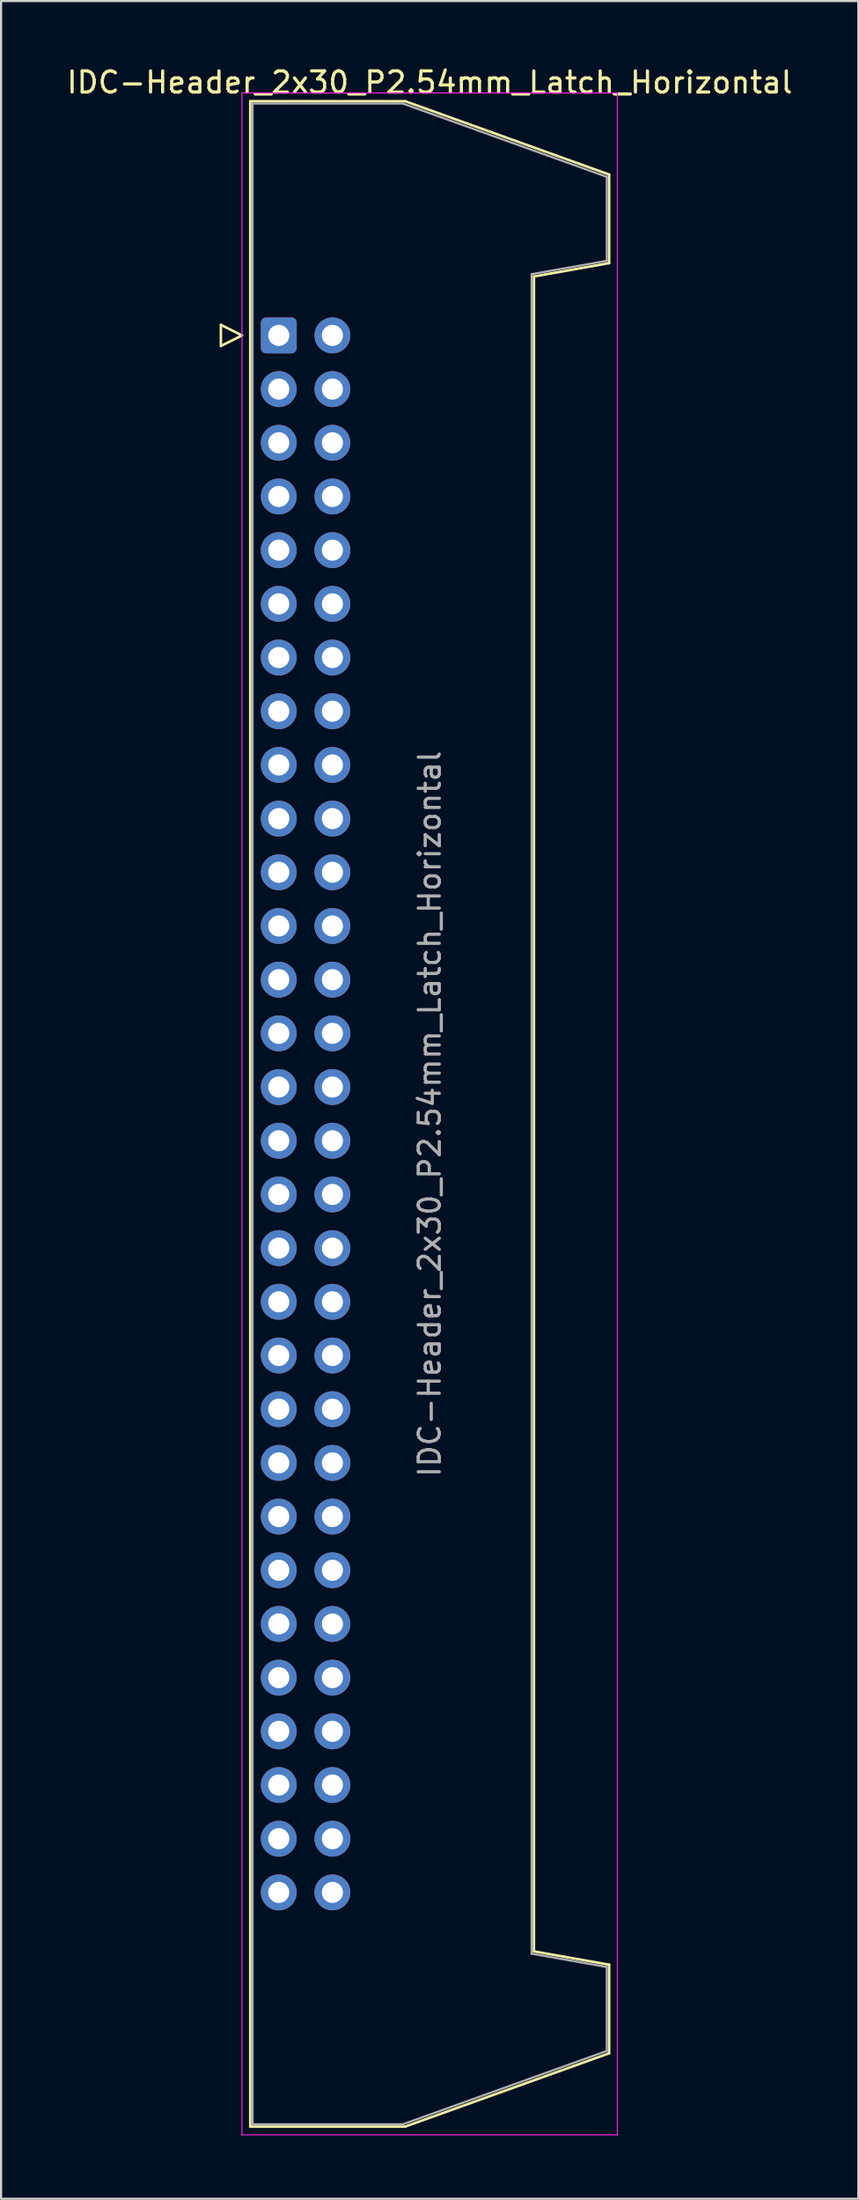
<source format=kicad_pcb>
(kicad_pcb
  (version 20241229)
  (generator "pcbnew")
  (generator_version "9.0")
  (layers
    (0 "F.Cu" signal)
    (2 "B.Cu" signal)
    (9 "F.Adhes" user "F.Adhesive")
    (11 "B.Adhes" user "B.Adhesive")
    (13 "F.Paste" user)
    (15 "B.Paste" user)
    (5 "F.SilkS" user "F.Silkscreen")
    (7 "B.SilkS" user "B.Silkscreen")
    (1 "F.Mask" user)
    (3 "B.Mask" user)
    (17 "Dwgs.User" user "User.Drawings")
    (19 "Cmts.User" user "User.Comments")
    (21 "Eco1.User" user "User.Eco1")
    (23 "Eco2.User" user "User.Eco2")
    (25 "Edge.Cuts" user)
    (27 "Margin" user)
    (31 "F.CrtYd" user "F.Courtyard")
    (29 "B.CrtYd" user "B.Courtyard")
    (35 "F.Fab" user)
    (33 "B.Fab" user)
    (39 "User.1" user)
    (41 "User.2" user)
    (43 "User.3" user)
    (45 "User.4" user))
  (footprint "IDC-Header_2x30_P2.54mm_Latch_Horizontal"
    (layer "F.Cu")
    (at 10.147 12.818)
    (property "Reference" "IDC-Header_2x30_P2.54mm_Latch_Horizontal" (at 7.145 -11.97 0) (layer "F.SilkS") (effects (font (size 1 1) (thickness 0.15))))
    (attr through_hole)
    (fp_line (start -2.74 -0.5) (end -2.74 0.5) (stroke (width 0.12) (type solid)) (layer "F.SilkS"))
    (fp_line (start -2.74 0.5) (end -1.74 0) (stroke (width 0.12) (type solid)) (layer "F.SilkS"))
    (fp_line (start -1.74 0) (end -2.74 -0.5) (stroke (width 0.12) (type solid)) (layer "F.SilkS"))
    (fp_line (start -1.35 -11.08) (end 5.98 -11.08) (stroke (width 0.12) (type solid)) (layer "F.SilkS"))
    (fp_line (start -1.35 84.74) (end -1.35 -11.08) (stroke (width 0.12) (type solid)) (layer "F.SilkS"))
    (fp_line (start 5.98 -11.08) (end 15.64 -7.61) (stroke (width 0.12) (type solid)) (layer "F.SilkS"))
    (fp_line (start 5.98 84.74) (end -1.35 84.74) (stroke (width 0.12) (type solid)) (layer "F.SilkS"))
    (fp_line (start 12.08 -2.79) (end 12.08 76.45) (stroke (width 0.12) (type solid)) (layer "F.SilkS"))
    (fp_line (start 12.08 76.45) (end 15.64 77.08) (stroke (width 0.12) (type solid)) (layer "F.SilkS"))
    (fp_line (start 15.64 -7.61) (end 15.64 -3.42) (stroke (width 0.12) (type solid)) (layer "F.SilkS"))
    (fp_line (start 15.64 -3.42) (end 12.08 -2.79) (stroke (width 0.12) (type solid)) (layer "F.SilkS"))
    (fp_line (start 15.64 77.08) (end 15.64 81.27) (stroke (width 0.12) (type solid)) (layer "F.SilkS"))
    (fp_line (start 15.64 81.27) (end 5.98 84.74) (stroke (width 0.12) (type solid)) (layer "F.SilkS"))
    (fp_line (start -1.74 -11.47) (end -1.74 85.13) (stroke (width 0.05) (type solid)) (layer "F.CrtYd"))
    (fp_line (start -1.74 85.13) (end 16.03 85.13) (stroke (width 0.05) (type solid)) (layer "F.CrtYd"))
    (fp_line (start 16.03 -11.47) (end -1.74 -11.47) (stroke (width 0.05) (type solid)) (layer "F.CrtYd"))
    (fp_line (start 16.03 85.13) (end 16.03 -11.47) (stroke (width 0.05) (type solid)) (layer "F.CrtYd"))
    (fp_line (start -1.24 -10.97) (end 5.87 -10.97) (stroke (width 0.1) (type solid)) (layer "F.Fab"))
    (fp_line (start -1.24 84.63) (end -1.24 -10.97) (stroke (width 0.1) (type solid)) (layer "F.Fab"))
    (fp_line (start 5.87 -10.97) (end 15.53 -7.5) (stroke (width 0.1) (type solid)) (layer "F.Fab"))
    (fp_line (start 5.87 84.63) (end -1.24 84.63) (stroke (width 0.1) (type solid)) (layer "F.Fab"))
    (fp_line (start 11.97 -2.9) (end 11.97 76.56) (stroke (width 0.1) (type solid)) (layer "F.Fab"))
    (fp_line (start 11.97 76.56) (end 15.53 77.19) (stroke (width 0.1) (type solid)) (layer "F.Fab"))
    (fp_line (start 15.53 -7.5) (end 15.53 -3.53) (stroke (width 0.1) (type solid)) (layer "F.Fab"))
    (fp_line (start 15.53 -3.53) (end 11.97 -2.9) (stroke (width 0.1) (type solid)) (layer "F.Fab"))
    (fp_line (start 15.53 77.19) (end 15.53 81.16) (stroke (width 0.1) (type solid)) (layer "F.Fab"))
    (fp_line (start 15.53 81.16) (end 5.87 84.63) (stroke (width 0.1) (type solid)) (layer "F.Fab"))
    (fp_text user "${REFERENCE}" (at 7.145 36.83 90) (layer "F.Fab") (effects (font (size 1 1) (thickness 0.15))))
    (pad "1" thru_hole roundrect (at 0 0) (size 1.7 1.7) (drill 1) (layers "*.Cu" "*.Mask") (roundrect_rratio 0.147))
    (pad "2" thru_hole circle (at 2.54 0) (size 1.7 1.7) (drill 1) (layers "*.Cu" "*.Mask"))
    (pad "3" thru_hole circle (at 0 2.54) (size 1.7 1.7) (drill 1) (layers "*.Cu" "*.Mask"))
    (pad "4" thru_hole circle (at 2.54 2.54) (size 1.7 1.7) (drill 1) (layers "*.Cu" "*.Mask"))
    (pad "5" thru_hole circle (at 0 5.08) (size 1.7 1.7) (drill 1) (layers "*.Cu" "*.Mask"))
    (pad "6" thru_hole circle (at 2.54 5.08) (size 1.7 1.7) (drill 1) (layers "*.Cu" "*.Mask"))
    (pad "7" thru_hole circle (at 0 7.62) (size 1.7 1.7) (drill 1) (layers "*.Cu" "*.Mask"))
    (pad "8" thru_hole circle (at 2.54 7.62) (size 1.7 1.7) (drill 1) (layers "*.Cu" "*.Mask"))
    (pad "9" thru_hole circle (at 0 10.16) (size 1.7 1.7) (drill 1) (layers "*.Cu" "*.Mask"))
    (pad "10" thru_hole circle (at 2.54 10.16) (size 1.7 1.7) (drill 1) (layers "*.Cu" "*.Mask"))
    (pad "11" thru_hole circle (at 0 12.7) (size 1.7 1.7) (drill 1) (layers "*.Cu" "*.Mask"))
    (pad "12" thru_hole circle (at 2.54 12.7) (size 1.7 1.7) (drill 1) (layers "*.Cu" "*.Mask"))
    (pad "13" thru_hole circle (at 0 15.24) (size 1.7 1.7) (drill 1) (layers "*.Cu" "*.Mask"))
    (pad "14" thru_hole circle (at 2.54 15.24) (size 1.7 1.7) (drill 1) (layers "*.Cu" "*.Mask"))
    (pad "15" thru_hole circle (at 0 17.78) (size 1.7 1.7) (drill 1) (layers "*.Cu" "*.Mask"))
    (pad "16" thru_hole circle (at 2.54 17.78) (size 1.7 1.7) (drill 1) (layers "*.Cu" "*.Mask"))
    (pad "17" thru_hole circle (at 0 20.32) (size 1.7 1.7) (drill 1) (layers "*.Cu" "*.Mask"))
    (pad "18" thru_hole circle (at 2.54 20.32) (size 1.7 1.7) (drill 1) (layers "*.Cu" "*.Mask"))
    (pad "19" thru_hole circle (at 0 22.86) (size 1.7 1.7) (drill 1) (layers "*.Cu" "*.Mask"))
    (pad "20" thru_hole circle (at 2.54 22.86) (size 1.7 1.7) (drill 1) (layers "*.Cu" "*.Mask"))
    (pad "21" thru_hole circle (at 0 25.4) (size 1.7 1.7) (drill 1) (layers "*.Cu" "*.Mask"))
    (pad "22" thru_hole circle (at 2.54 25.4) (size 1.7 1.7) (drill 1) (layers "*.Cu" "*.Mask"))
    (pad "23" thru_hole circle (at 0 27.94) (size 1.7 1.7) (drill 1) (layers "*.Cu" "*.Mask"))
    (pad "24" thru_hole circle (at 2.54 27.94) (size 1.7 1.7) (drill 1) (layers "*.Cu" "*.Mask"))
    (pad "25" thru_hole circle (at 0 30.48) (size 1.7 1.7) (drill 1) (layers "*.Cu" "*.Mask"))
    (pad "26" thru_hole circle (at 2.54 30.48) (size 1.7 1.7) (drill 1) (layers "*.Cu" "*.Mask"))
    (pad "27" thru_hole circle (at 0 33.02) (size 1.7 1.7) (drill 1) (layers "*.Cu" "*.Mask"))
    (pad "28" thru_hole circle (at 2.54 33.02) (size 1.7 1.7) (drill 1) (layers "*.Cu" "*.Mask"))
    (pad "29" thru_hole circle (at 0 35.56) (size 1.7 1.7) (drill 1) (layers "*.Cu" "*.Mask"))
    (pad "30" thru_hole circle (at 2.54 35.56) (size 1.7 1.7) (drill 1) (layers "*.Cu" "*.Mask"))
    (pad "31" thru_hole circle (at 0 38.1) (size 1.7 1.7) (drill 1) (layers "*.Cu" "*.Mask"))
    (pad "32" thru_hole circle (at 2.54 38.1) (size 1.7 1.7) (drill 1) (layers "*.Cu" "*.Mask"))
    (pad "33" thru_hole circle (at 0 40.64) (size 1.7 1.7) (drill 1) (layers "*.Cu" "*.Mask"))
    (pad "34" thru_hole circle (at 2.54 40.64) (size 1.7 1.7) (drill 1) (layers "*.Cu" "*.Mask"))
    (pad "35" thru_hole circle (at 0 43.18) (size 1.7 1.7) (drill 1) (layers "*.Cu" "*.Mask"))
    (pad "36" thru_hole circle (at 2.54 43.18) (size 1.7 1.7) (drill 1) (layers "*.Cu" "*.Mask"))
    (pad "37" thru_hole circle (at 0 45.72) (size 1.7 1.7) (drill 1) (layers "*.Cu" "*.Mask"))
    (pad "38" thru_hole circle (at 2.54 45.72) (size 1.7 1.7) (drill 1) (layers "*.Cu" "*.Mask"))
    (pad "39" thru_hole circle (at 0 48.26) (size 1.7 1.7) (drill 1) (layers "*.Cu" "*.Mask"))
    (pad "40" thru_hole circle (at 2.54 48.26) (size 1.7 1.7) (drill 1) (layers "*.Cu" "*.Mask"))
    (pad "41" thru_hole circle (at 0 50.8) (size 1.7 1.7) (drill 1) (layers "*.Cu" "*.Mask"))
    (pad "42" thru_hole circle (at 2.54 50.8) (size 1.7 1.7) (drill 1) (layers "*.Cu" "*.Mask"))
    (pad "43" thru_hole circle (at 0 53.34) (size 1.7 1.7) (drill 1) (layers "*.Cu" "*.Mask"))
    (pad "44" thru_hole circle (at 2.54 53.34) (size 1.7 1.7) (drill 1) (layers "*.Cu" "*.Mask"))
    (pad "45" thru_hole circle (at 0 55.88) (size 1.7 1.7) (drill 1) (layers "*.Cu" "*.Mask"))
    (pad "46" thru_hole circle (at 2.54 55.88) (size 1.7 1.7) (drill 1) (layers "*.Cu" "*.Mask"))
    (pad "47" thru_hole circle (at 0 58.42) (size 1.7 1.7) (drill 1) (layers "*.Cu" "*.Mask"))
    (pad "48" thru_hole circle (at 2.54 58.42) (size 1.7 1.7) (drill 1) (layers "*.Cu" "*.Mask"))
    (pad "49" thru_hole circle (at 0 60.96) (size 1.7 1.7) (drill 1) (layers "*.Cu" "*.Mask"))
    (pad "50" thru_hole circle (at 2.54 60.96) (size 1.7 1.7) (drill 1) (layers "*.Cu" "*.Mask"))
    (pad "51" thru_hole circle (at 0 63.5) (size 1.7 1.7) (drill 1) (layers "*.Cu" "*.Mask"))
    (pad "52" thru_hole circle (at 2.54 63.5) (size 1.7 1.7) (drill 1) (layers "*.Cu" "*.Mask"))
    (pad "53" thru_hole circle (at 0 66.04) (size 1.7 1.7) (drill 1) (layers "*.Cu" "*.Mask"))
    (pad "54" thru_hole circle (at 2.54 66.04) (size 1.7 1.7) (drill 1) (layers "*.Cu" "*.Mask"))
    (pad "55" thru_hole circle (at 0 68.58) (size 1.7 1.7) (drill 1) (layers "*.Cu" "*.Mask"))
    (pad "56" thru_hole circle (at 2.54 68.58) (size 1.7 1.7) (drill 1) (layers "*.Cu" "*.Mask"))
    (pad "57" thru_hole circle (at 0 71.12) (size 1.7 1.7) (drill 1) (layers "*.Cu" "*.Mask"))
    (pad "58" thru_hole circle (at 2.54 71.12) (size 1.7 1.7) (drill 1) (layers "*.Cu" "*.Mask"))
    (pad "59" thru_hole circle (at 0 73.66) (size 1.7 1.7) (drill 1) (layers "*.Cu" "*.Mask"))
    (pad "60" thru_hole circle (at 2.54 73.66) (size 1.7 1.7) (drill 1) (layers "*.Cu" "*.Mask")))
  (gr_rect
    (start -3 -3)
    (end 37.583 100.973)
    (stroke (width 0.1) (type default))
    (fill no)
    (layer "Edge.Cuts")))
</source>
